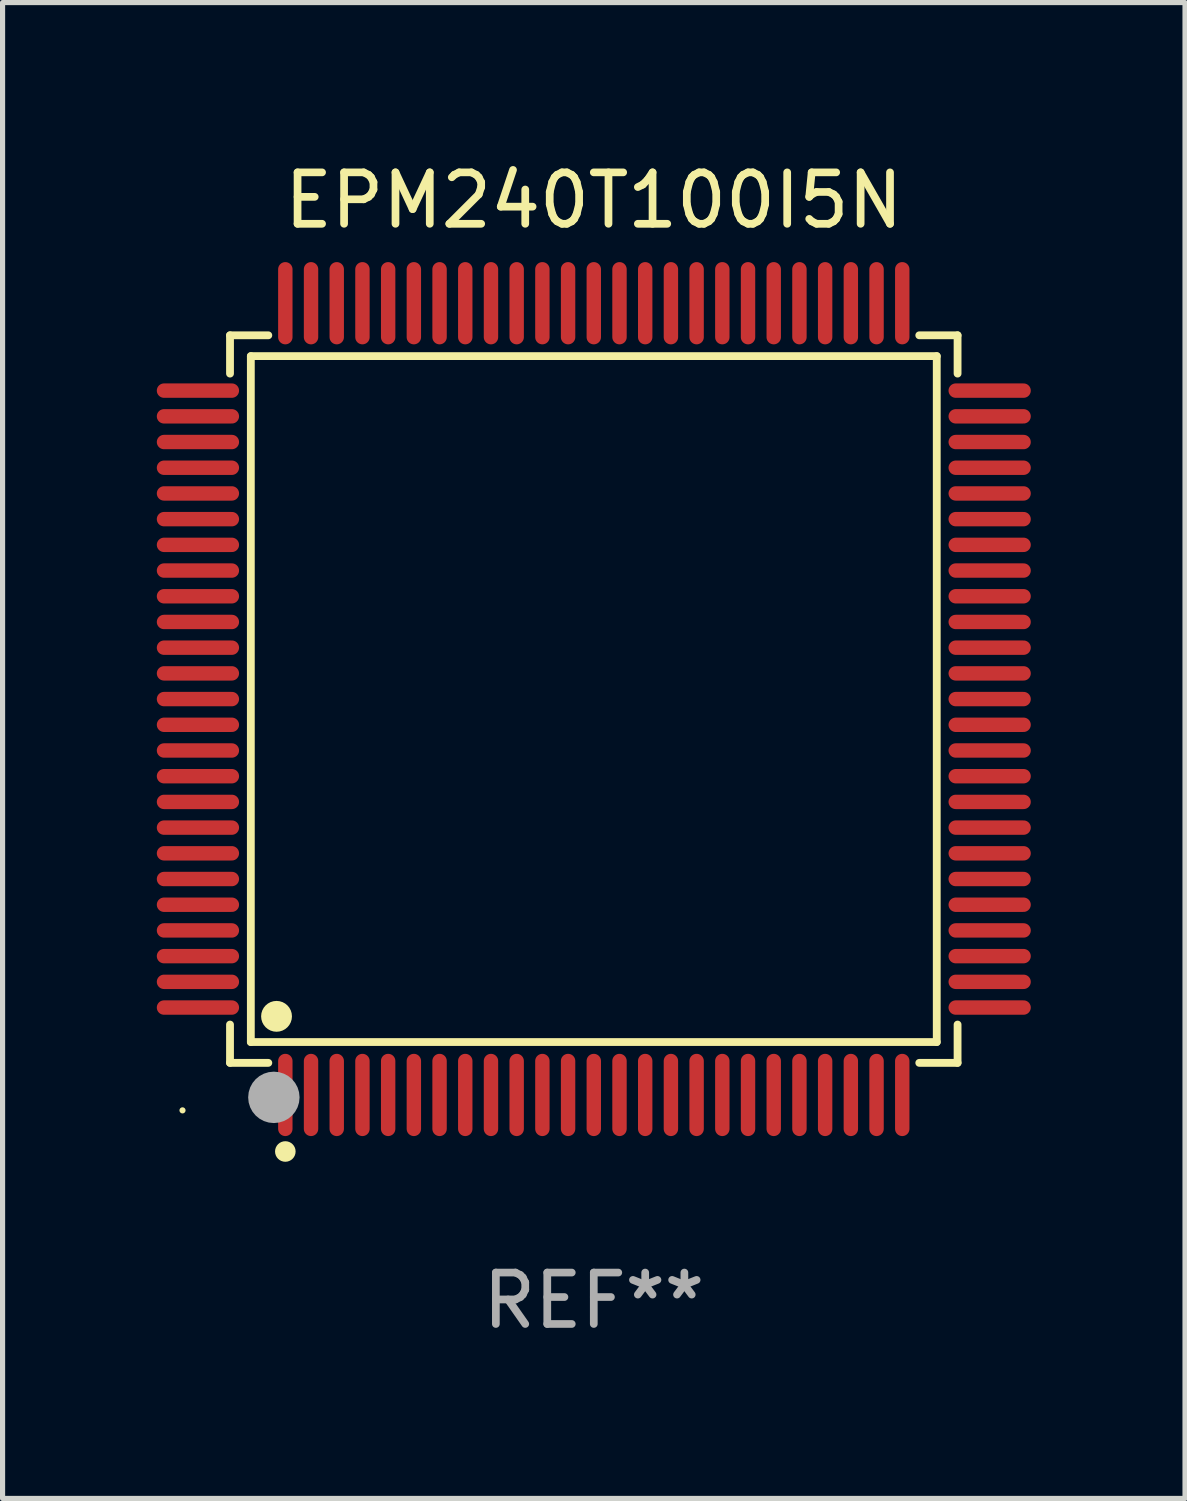
<source format=kicad_pcb>
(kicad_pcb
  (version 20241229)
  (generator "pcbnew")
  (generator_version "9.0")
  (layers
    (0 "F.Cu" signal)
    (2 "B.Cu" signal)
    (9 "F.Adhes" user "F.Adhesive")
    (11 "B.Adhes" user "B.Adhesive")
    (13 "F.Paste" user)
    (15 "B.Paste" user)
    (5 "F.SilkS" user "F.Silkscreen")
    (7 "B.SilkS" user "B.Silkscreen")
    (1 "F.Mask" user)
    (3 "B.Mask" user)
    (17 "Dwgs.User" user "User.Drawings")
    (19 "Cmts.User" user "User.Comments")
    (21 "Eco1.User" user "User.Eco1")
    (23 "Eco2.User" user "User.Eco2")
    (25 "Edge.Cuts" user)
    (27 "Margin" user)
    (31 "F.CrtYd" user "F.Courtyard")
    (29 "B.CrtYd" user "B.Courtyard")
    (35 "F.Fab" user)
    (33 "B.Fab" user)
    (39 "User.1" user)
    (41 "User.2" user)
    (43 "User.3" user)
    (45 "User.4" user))
  (footprint "EPM240T100I5N"
    (layer "F.Cu")
    (at 8.5 10.548)
    (property "Reference" "EPM240T100I5N" (at 0 -9.7 0) (layer "F.SilkS") (effects (font (size 1 1) (thickness 0.15))))
    (attr through_hole)
    (fp_line (start -7.076 -7.076) (end -6.331 -7.076) (stroke (width 0.152) (type solid)) (layer "F.SilkS"))
    (fp_line (start -7.076 -6.331) (end -7.076 -7.076) (stroke (width 0.152) (type solid)) (layer "F.SilkS"))
    (fp_line (start -7.076 6.331) (end -7.076 7.076) (stroke (width 0.152) (type solid)) (layer "F.SilkS"))
    (fp_line (start -7.076 7.076) (end -6.331 7.076) (stroke (width 0.152) (type solid)) (layer "F.SilkS"))
    (fp_line (start -6.671 -6.671) (end 6.671 -6.671) (stroke (width 0.152) (type solid)) (layer "F.SilkS"))
    (fp_line (start -6.671 6.671) (end -6.671 -6.671) (stroke (width 0.152) (type solid)) (layer "F.SilkS"))
    (fp_line (start 6.671 -6.671) (end 6.671 6.671) (stroke (width 0.152) (type solid)) (layer "F.SilkS"))
    (fp_line (start 6.671 6.671) (end -6.671 6.671) (stroke (width 0.152) (type solid)) (layer "F.SilkS"))
    (fp_line (start 7.076 -7.076) (end 6.331 -7.076) (stroke (width 0.152) (type solid)) (layer "F.SilkS"))
    (fp_line (start 7.076 -6.331) (end 7.076 -7.076) (stroke (width 0.152) (type solid)) (layer "F.SilkS"))
    (fp_line (start 7.076 6.331) (end 7.076 7.076) (stroke (width 0.152) (type solid)) (layer "F.SilkS"))
    (fp_line (start 7.076 7.076) (end 6.331 7.076) (stroke (width 0.152) (type solid)) (layer "F.SilkS"))
    (fp_circle (center -8 8) (end -7.97 8) (stroke (width 0.06) (type solid)) (fill no) (layer "F.SilkS"))
    (fp_circle (center -6.171 6.171) (end -6.021 6.171) (stroke (width 0.3) (type solid)) (fill no) (layer "F.SilkS"))
    (fp_circle (center -6 8.8) (end -5.9 8.8) (stroke (width 0.2) (type solid)) (fill no) (layer "F.SilkS"))
    (fp_circle (center -6.223 7.747) (end -5.973 7.747) (stroke (width 0.5) (type solid)) (fill no) (layer "F.Fab"))
    (fp_text user "REF**" (at 0 11.7 0) (layer "F.Fab") (effects (font (size 1 1) (thickness 0.15))))
    (pad "1" smd oval (at -6 7.7) (size 0.28 1.6) (layers "F.Cu" "F.Mask" "F.Paste"))
    (pad "2" smd oval (at -5.5 7.7) (size 0.28 1.6) (layers "F.Cu" "F.Mask" "F.Paste"))
    (pad "3" smd oval (at -5 7.7) (size 0.28 1.6) (layers "F.Cu" "F.Mask" "F.Paste"))
    (pad "4" smd oval (at -4.5 7.7) (size 0.28 1.6) (layers "F.Cu" "F.Mask" "F.Paste"))
    (pad "5" smd oval (at -4 7.7) (size 0.28 1.6) (layers "F.Cu" "F.Mask" "F.Paste"))
    (pad "6" smd oval (at -3.5 7.7) (size 0.28 1.6) (layers "F.Cu" "F.Mask" "F.Paste"))
    (pad "7" smd oval (at -3 7.7) (size 0.28 1.6) (layers "F.Cu" "F.Mask" "F.Paste"))
    (pad "8" smd oval (at -2.5 7.7) (size 0.28 1.6) (layers "F.Cu" "F.Mask" "F.Paste"))
    (pad "9" smd oval (at -2 7.7) (size 0.28 1.6) (layers "F.Cu" "F.Mask" "F.Paste"))
    (pad "10" smd oval (at -1.5 7.7) (size 0.28 1.6) (layers "F.Cu" "F.Mask" "F.Paste"))
    (pad "11" smd oval (at -1 7.7) (size 0.28 1.6) (layers "F.Cu" "F.Mask" "F.Paste"))
    (pad "12" smd oval (at -0.5 7.7) (size 0.28 1.6) (layers "F.Cu" "F.Mask" "F.Paste"))
    (pad "13" smd oval (at 0 7.7) (size 0.28 1.6) (layers "F.Cu" "F.Mask" "F.Paste"))
    (pad "14" smd oval (at 0.5 7.7) (size 0.28 1.6) (layers "F.Cu" "F.Mask" "F.Paste"))
    (pad "15" smd oval (at 1 7.7) (size 0.28 1.6) (layers "F.Cu" "F.Mask" "F.Paste"))
    (pad "16" smd oval (at 1.5 7.7) (size 0.28 1.6) (layers "F.Cu" "F.Mask" "F.Paste"))
    (pad "17" smd oval (at 2 7.7) (size 0.28 1.6) (layers "F.Cu" "F.Mask" "F.Paste"))
    (pad "18" smd oval (at 2.5 7.7) (size 0.28 1.6) (layers "F.Cu" "F.Mask" "F.Paste"))
    (pad "19" smd oval (at 3 7.7) (size 0.28 1.6) (layers "F.Cu" "F.Mask" "F.Paste"))
    (pad "20" smd oval (at 3.5 7.7) (size 0.28 1.6) (layers "F.Cu" "F.Mask" "F.Paste"))
    (pad "21" smd oval (at 4 7.7) (size 0.28 1.6) (layers "F.Cu" "F.Mask" "F.Paste"))
    (pad "22" smd oval (at 4.5 7.7) (size 0.28 1.6) (layers "F.Cu" "F.Mask" "F.Paste"))
    (pad "23" smd oval (at 5 7.7) (size 0.28 1.6) (layers "F.Cu" "F.Mask" "F.Paste"))
    (pad "24" smd oval (at 5.5 7.7) (size 0.28 1.6) (layers "F.Cu" "F.Mask" "F.Paste"))
    (pad "25" smd oval (at 6 7.7) (size 0.28 1.6) (layers "F.Cu" "F.Mask" "F.Paste"))
    (pad "26" smd oval (at 7.7 6) (size 1.6 0.28) (layers "F.Cu" "F.Mask" "F.Paste"))
    (pad "27" smd oval (at 7.7 5.5) (size 1.6 0.28) (layers "F.Cu" "F.Mask" "F.Paste"))
    (pad "28" smd oval (at 7.7 5) (size 1.6 0.28) (layers "F.Cu" "F.Mask" "F.Paste"))
    (pad "29" smd oval (at 7.7 4.5) (size 1.6 0.28) (layers "F.Cu" "F.Mask" "F.Paste"))
    (pad "30" smd oval (at 7.7 4) (size 1.6 0.28) (layers "F.Cu" "F.Mask" "F.Paste"))
    (pad "31" smd oval (at 7.7 3.5) (size 1.6 0.28) (layers "F.Cu" "F.Mask" "F.Paste"))
    (pad "32" smd oval (at 7.7 3) (size 1.6 0.28) (layers "F.Cu" "F.Mask" "F.Paste"))
    (pad "33" smd oval (at 7.7 2.5) (size 1.6 0.28) (layers "F.Cu" "F.Mask" "F.Paste"))
    (pad "34" smd oval (at 7.7 2) (size 1.6 0.28) (layers "F.Cu" "F.Mask" "F.Paste"))
    (pad "35" smd oval (at 7.7 1.5) (size 1.6 0.28) (layers "F.Cu" "F.Mask" "F.Paste"))
    (pad "36" smd oval (at 7.7 1) (size 1.6 0.28) (layers "F.Cu" "F.Mask" "F.Paste"))
    (pad "37" smd oval (at 7.7 0.5) (size 1.6 0.28) (layers "F.Cu" "F.Mask" "F.Paste"))
    (pad "38" smd oval (at 7.7 0) (size 1.6 0.28) (layers "F.Cu" "F.Mask" "F.Paste"))
    (pad "39" smd oval (at 7.7 -0.5) (size 1.6 0.28) (layers "F.Cu" "F.Mask" "F.Paste"))
    (pad "40" smd oval (at 7.7 -1) (size 1.6 0.28) (layers "F.Cu" "F.Mask" "F.Paste"))
    (pad "41" smd oval (at 7.7 -1.5) (size 1.6 0.28) (layers "F.Cu" "F.Mask" "F.Paste"))
    (pad "42" smd oval (at 7.7 -2) (size 1.6 0.28) (layers "F.Cu" "F.Mask" "F.Paste"))
    (pad "43" smd oval (at 7.7 -2.5) (size 1.6 0.28) (layers "F.Cu" "F.Mask" "F.Paste"))
    (pad "44" smd oval (at 7.7 -3) (size 1.6 0.28) (layers "F.Cu" "F.Mask" "F.Paste"))
    (pad "45" smd oval (at 7.7 -3.5) (size 1.6 0.28) (layers "F.Cu" "F.Mask" "F.Paste"))
    (pad "46" smd oval (at 7.7 -4) (size 1.6 0.28) (layers "F.Cu" "F.Mask" "F.Paste"))
    (pad "47" smd oval (at 7.7 -4.5) (size 1.6 0.28) (layers "F.Cu" "F.Mask" "F.Paste"))
    (pad "48" smd oval (at 7.7 -5) (size 1.6 0.28) (layers "F.Cu" "F.Mask" "F.Paste"))
    (pad "49" smd oval (at 7.7 -5.5) (size 1.6 0.28) (layers "F.Cu" "F.Mask" "F.Paste"))
    (pad "50" smd oval (at 7.7 -6) (size 1.6 0.28) (layers "F.Cu" "F.Mask" "F.Paste"))
    (pad "51" smd oval (at 6 -7.7) (size 0.28 1.6) (layers "F.Cu" "F.Mask" "F.Paste"))
    (pad "52" smd oval (at 5.5 -7.7) (size 0.28 1.6) (layers "F.Cu" "F.Mask" "F.Paste"))
    (pad "53" smd oval (at 5 -7.7) (size 0.28 1.6) (layers "F.Cu" "F.Mask" "F.Paste"))
    (pad "54" smd oval (at 4.5 -7.7) (size 0.28 1.6) (layers "F.Cu" "F.Mask" "F.Paste"))
    (pad "55" smd oval (at 4 -7.7) (size 0.28 1.6) (layers "F.Cu" "F.Mask" "F.Paste"))
    (pad "56" smd oval (at 3.5 -7.7) (size 0.28 1.6) (layers "F.Cu" "F.Mask" "F.Paste"))
    (pad "57" smd oval (at 3 -7.7) (size 0.28 1.6) (layers "F.Cu" "F.Mask" "F.Paste"))
    (pad "58" smd oval (at 2.5 -7.7) (size 0.28 1.6) (layers "F.Cu" "F.Mask" "F.Paste"))
    (pad "59" smd oval (at 2 -7.7) (size 0.28 1.6) (layers "F.Cu" "F.Mask" "F.Paste"))
    (pad "60" smd oval (at 1.5 -7.7) (size 0.28 1.6) (layers "F.Cu" "F.Mask" "F.Paste"))
    (pad "61" smd oval (at 1 -7.7) (size 0.28 1.6) (layers "F.Cu" "F.Mask" "F.Paste"))
    (pad "62" smd oval (at 0.5 -7.7) (size 0.28 1.6) (layers "F.Cu" "F.Mask" "F.Paste"))
    (pad "63" smd oval (at 0 -7.7) (size 0.28 1.6) (layers "F.Cu" "F.Mask" "F.Paste"))
    (pad "64" smd oval (at -0.5 -7.7) (size 0.28 1.6) (layers "F.Cu" "F.Mask" "F.Paste"))
    (pad "65" smd oval (at -1 -7.7) (size 0.28 1.6) (layers "F.Cu" "F.Mask" "F.Paste"))
    (pad "66" smd oval (at -1.5 -7.7) (size 0.28 1.6) (layers "F.Cu" "F.Mask" "F.Paste"))
    (pad "67" smd oval (at -2 -7.7) (size 0.28 1.6) (layers "F.Cu" "F.Mask" "F.Paste"))
    (pad "68" smd oval (at -2.5 -7.7) (size 0.28 1.6) (layers "F.Cu" "F.Mask" "F.Paste"))
    (pad "69" smd oval (at -3 -7.7) (size 0.28 1.6) (layers "F.Cu" "F.Mask" "F.Paste"))
    (pad "70" smd oval (at -3.5 -7.7) (size 0.28 1.6) (layers "F.Cu" "F.Mask" "F.Paste"))
    (pad "71" smd oval (at -4 -7.7) (size 0.28 1.6) (layers "F.Cu" "F.Mask" "F.Paste"))
    (pad "72" smd oval (at -4.5 -7.7) (size 0.28 1.6) (layers "F.Cu" "F.Mask" "F.Paste"))
    (pad "73" smd oval (at -5 -7.7) (size 0.28 1.6) (layers "F.Cu" "F.Mask" "F.Paste"))
    (pad "74" smd oval (at -5.5 -7.7) (size 0.28 1.6) (layers "F.Cu" "F.Mask" "F.Paste"))
    (pad "75" smd oval (at -6 -7.7) (size 0.28 1.6) (layers "F.Cu" "F.Mask" "F.Paste"))
    (pad "76" smd oval (at -7.7 -6) (size 1.6 0.28) (layers "F.Cu" "F.Mask" "F.Paste"))
    (pad "77" smd oval (at -7.7 -5.5) (size 1.6 0.28) (layers "F.Cu" "F.Mask" "F.Paste"))
    (pad "78" smd oval (at -7.7 -5) (size 1.6 0.28) (layers "F.Cu" "F.Mask" "F.Paste"))
    (pad "79" smd oval (at -7.7 -4.5) (size 1.6 0.28) (layers "F.Cu" "F.Mask" "F.Paste"))
    (pad "80" smd oval (at -7.7 -4) (size 1.6 0.28) (layers "F.Cu" "F.Mask" "F.Paste"))
    (pad "81" smd oval (at -7.7 -3.5) (size 1.6 0.28) (layers "F.Cu" "F.Mask" "F.Paste"))
    (pad "82" smd oval (at -7.7 -3) (size 1.6 0.28) (layers "F.Cu" "F.Mask" "F.Paste"))
    (pad "83" smd oval (at -7.7 -2.5) (size 1.6 0.28) (layers "F.Cu" "F.Mask" "F.Paste"))
    (pad "84" smd oval (at -7.7 -2) (size 1.6 0.28) (layers "F.Cu" "F.Mask" "F.Paste"))
    (pad "85" smd oval (at -7.7 -1.5) (size 1.6 0.28) (layers "F.Cu" "F.Mask" "F.Paste"))
    (pad "86" smd oval (at -7.7 -1) (size 1.6 0.28) (layers "F.Cu" "F.Mask" "F.Paste"))
    (pad "87" smd oval (at -7.7 -0.5) (size 1.6 0.28) (layers "F.Cu" "F.Mask" "F.Paste"))
    (pad "88" smd oval (at -7.7 0) (size 1.6 0.28) (layers "F.Cu" "F.Mask" "F.Paste"))
    (pad "89" smd oval (at -7.7 0.5) (size 1.6 0.28) (layers "F.Cu" "F.Mask" "F.Paste"))
    (pad "90" smd oval (at -7.7 1) (size 1.6 0.28) (layers "F.Cu" "F.Mask" "F.Paste"))
    (pad "91" smd oval (at -7.7 1.5) (size 1.6 0.28) (layers "F.Cu" "F.Mask" "F.Paste"))
    (pad "92" smd oval (at -7.7 2) (size 1.6 0.28) (layers "F.Cu" "F.Mask" "F.Paste"))
    (pad "93" smd oval (at -7.7 2.5) (size 1.6 0.28) (layers "F.Cu" "F.Mask" "F.Paste"))
    (pad "94" smd oval (at -7.7 3) (size 1.6 0.28) (layers "F.Cu" "F.Mask" "F.Paste"))
    (pad "95" smd oval (at -7.7 3.5) (size 1.6 0.28) (layers "F.Cu" "F.Mask" "F.Paste"))
    (pad "96" smd oval (at -7.7 4) (size 1.6 0.28) (layers "F.Cu" "F.Mask" "F.Paste"))
    (pad "97" smd oval (at -7.7 4.5) (size 1.6 0.28) (layers "F.Cu" "F.Mask" "F.Paste"))
    (pad "98" smd oval (at -7.7 5) (size 1.6 0.28) (layers "F.Cu" "F.Mask" "F.Paste"))
    (pad "99" smd oval (at -7.7 5.5) (size 1.6 0.28) (layers "F.Cu" "F.Mask" "F.Paste"))
    (pad "100" smd oval (at -7.7 6) (size 1.6 0.28) (layers "F.Cu" "F.Mask" "F.Paste")))
  (gr_rect
    (start -3 -3)
    (end 20 26.097)
    (stroke (width 0.1) (type default))
    (fill no)
    (layer "Edge.Cuts")))
</source>
